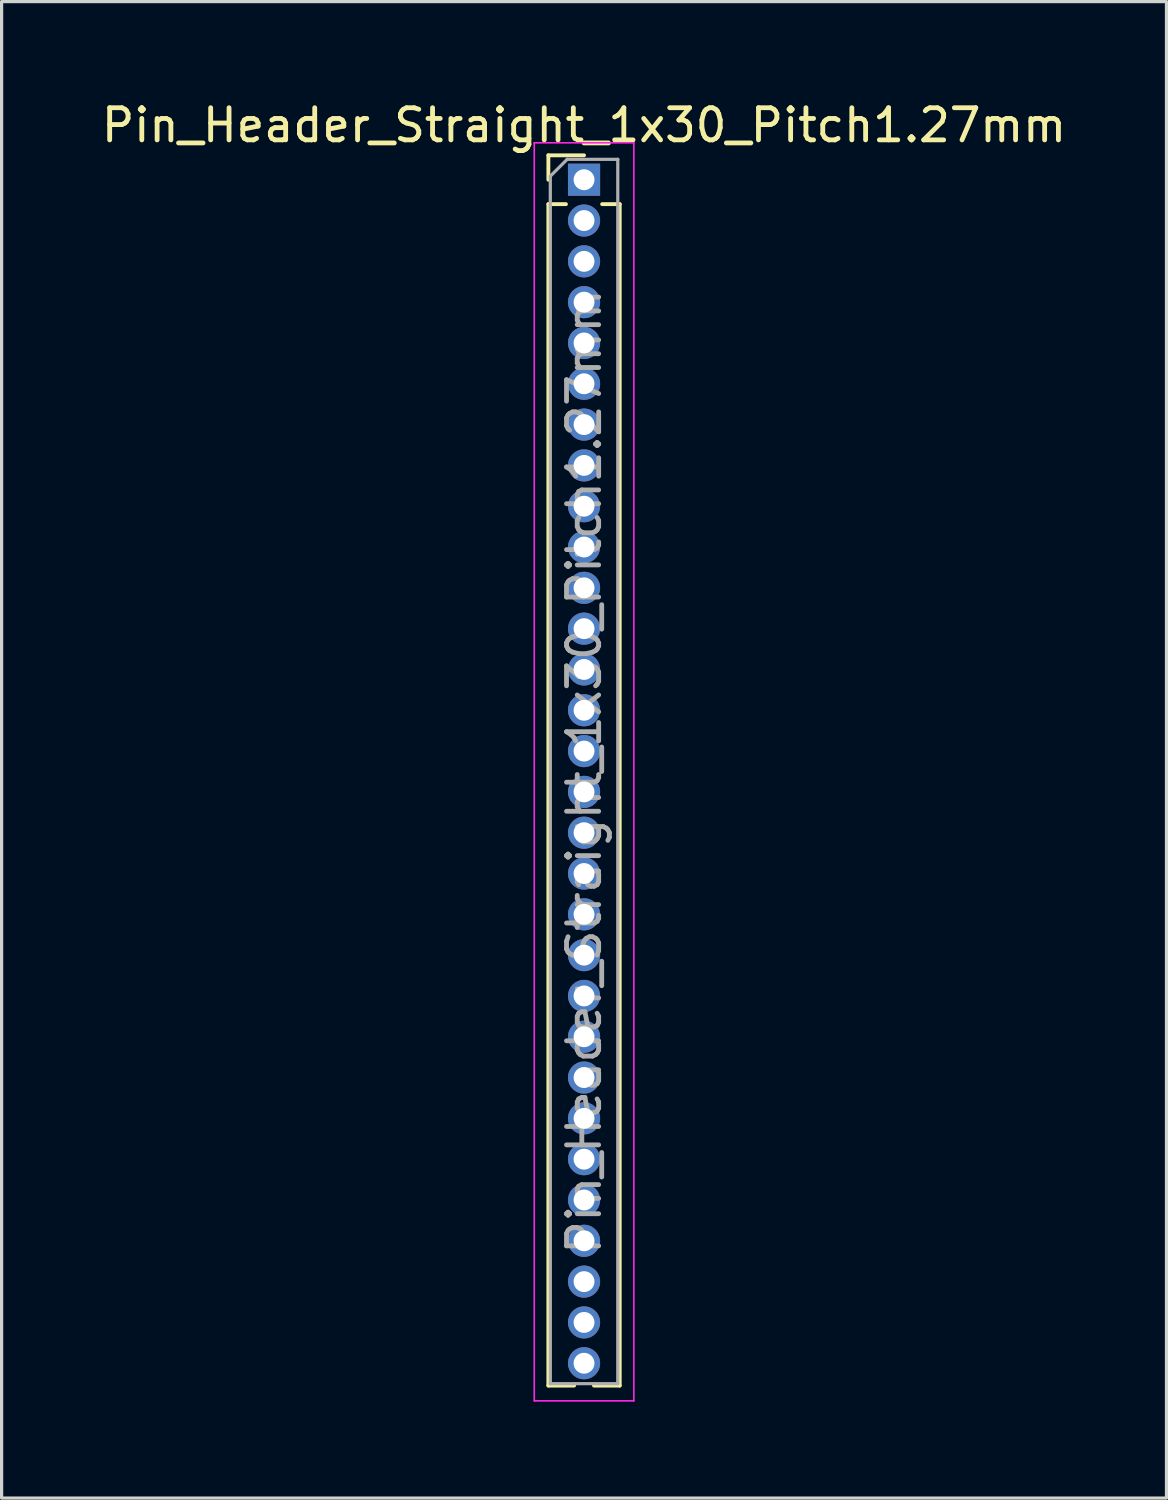
<source format=kicad_pcb>
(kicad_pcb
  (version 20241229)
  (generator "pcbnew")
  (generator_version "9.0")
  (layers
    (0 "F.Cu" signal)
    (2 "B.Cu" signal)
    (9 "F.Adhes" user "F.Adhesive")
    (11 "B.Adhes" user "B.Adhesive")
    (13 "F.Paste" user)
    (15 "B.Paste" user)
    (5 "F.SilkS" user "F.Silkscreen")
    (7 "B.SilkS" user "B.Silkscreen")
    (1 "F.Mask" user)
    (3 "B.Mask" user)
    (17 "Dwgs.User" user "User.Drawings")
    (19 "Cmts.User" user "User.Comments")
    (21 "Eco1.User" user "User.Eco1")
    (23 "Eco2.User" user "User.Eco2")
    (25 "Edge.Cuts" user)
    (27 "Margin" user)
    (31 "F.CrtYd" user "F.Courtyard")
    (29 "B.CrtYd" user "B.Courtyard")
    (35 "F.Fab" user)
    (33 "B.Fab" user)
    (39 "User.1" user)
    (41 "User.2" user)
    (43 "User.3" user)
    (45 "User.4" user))
  (footprint "Pin_Header_Straight_1x30_Pitch1.27mm"
    (layer "F.Cu")
    (at 15.125 2.543)
    (property "Reference" "Pin_Header_Straight_1x30_Pitch1.27mm" (at 0 -1.695 0) (layer "F.SilkS") (effects (font (size 1 1) (thickness 0.15))))
    (attr through_hole)
    (fp_line (start -1.11 -0.76) (end 0 -0.76) (stroke (width 0.12) (type solid)) (layer "F.SilkS"))
    (fp_line (start -1.11 0) (end -1.11 -0.76) (stroke (width 0.12) (type solid)) (layer "F.SilkS"))
    (fp_line (start -1.11 0.76) (end -1.11 37.525) (stroke (width 0.12) (type solid)) (layer "F.SilkS"))
    (fp_line (start -1.11 0.76) (end -0.563 0.76) (stroke (width 0.12) (type solid)) (layer "F.SilkS"))
    (fp_line (start -1.11 37.525) (end -0.308 37.525) (stroke (width 0.12) (type solid)) (layer "F.SilkS"))
    (fp_line (start 0.308 37.525) (end 1.11 37.525) (stroke (width 0.12) (type solid)) (layer "F.SilkS"))
    (fp_line (start 0.563 0.76) (end 1.11 0.76) (stroke (width 0.12) (type solid)) (layer "F.SilkS"))
    (fp_line (start 1.11 0.76) (end 1.11 37.525) (stroke (width 0.12) (type solid)) (layer "F.SilkS"))
    (fp_line (start -1.55 -1.15) (end -1.55 38) (stroke (width 0.05) (type solid)) (layer "F.CrtYd"))
    (fp_line (start -1.55 38) (end 1.55 38) (stroke (width 0.05) (type solid)) (layer "F.CrtYd"))
    (fp_line (start 1.55 -1.15) (end -1.55 -1.15) (stroke (width 0.05) (type solid)) (layer "F.CrtYd"))
    (fp_line (start 1.55 38) (end 1.55 -1.15) (stroke (width 0.05) (type solid)) (layer "F.CrtYd"))
    (fp_line (start -1.05 -0.11) (end -0.525 -0.635) (stroke (width 0.1) (type solid)) (layer "F.Fab"))
    (fp_line (start -1.05 37.465) (end -1.05 -0.11) (stroke (width 0.1) (type solid)) (layer "F.Fab"))
    (fp_line (start -0.525 -0.635) (end 1.05 -0.635) (stroke (width 0.1) (type solid)) (layer "F.Fab"))
    (fp_line (start 1.05 -0.635) (end 1.05 37.465) (stroke (width 0.1) (type solid)) (layer "F.Fab"))
    (fp_line (start 1.05 37.465) (end -1.05 37.465) (stroke (width 0.1) (type solid)) (layer "F.Fab"))
    (fp_text user "${REFERENCE}" (at 0 18.415 90) (layer "F.Fab") (effects (font (size 1 1) (thickness 0.15))))
    (pad "1" thru_hole rect (at 0 0) (size 1 1) (drill 0.65) (layers "*.Cu" "*.Mask"))
    (pad "2" thru_hole oval (at 0 1.27) (size 1 1) (drill 0.65) (layers "*.Cu" "*.Mask"))
    (pad "3" thru_hole oval (at 0 2.54) (size 1 1) (drill 0.65) (layers "*.Cu" "*.Mask"))
    (pad "4" thru_hole oval (at 0 3.81) (size 1 1) (drill 0.65) (layers "*.Cu" "*.Mask"))
    (pad "5" thru_hole oval (at 0 5.08) (size 1 1) (drill 0.65) (layers "*.Cu" "*.Mask"))
    (pad "6" thru_hole oval (at 0 6.35) (size 1 1) (drill 0.65) (layers "*.Cu" "*.Mask"))
    (pad "7" thru_hole oval (at 0 7.62) (size 1 1) (drill 0.65) (layers "*.Cu" "*.Mask"))
    (pad "8" thru_hole oval (at 0 8.89) (size 1 1) (drill 0.65) (layers "*.Cu" "*.Mask"))
    (pad "9" thru_hole oval (at 0 10.16) (size 1 1) (drill 0.65) (layers "*.Cu" "*.Mask"))
    (pad "10" thru_hole oval (at 0 11.43) (size 1 1) (drill 0.65) (layers "*.Cu" "*.Mask"))
    (pad "11" thru_hole oval (at 0 12.7) (size 1 1) (drill 0.65) (layers "*.Cu" "*.Mask"))
    (pad "12" thru_hole oval (at 0 13.97) (size 1 1) (drill 0.65) (layers "*.Cu" "*.Mask"))
    (pad "13" thru_hole oval (at 0 15.24) (size 1 1) (drill 0.65) (layers "*.Cu" "*.Mask"))
    (pad "14" thru_hole oval (at 0 16.51) (size 1 1) (drill 0.65) (layers "*.Cu" "*.Mask"))
    (pad "15" thru_hole oval (at 0 17.78) (size 1 1) (drill 0.65) (layers "*.Cu" "*.Mask"))
    (pad "16" thru_hole oval (at 0 19.05) (size 1 1) (drill 0.65) (layers "*.Cu" "*.Mask"))
    (pad "17" thru_hole oval (at 0 20.32) (size 1 1) (drill 0.65) (layers "*.Cu" "*.Mask"))
    (pad "18" thru_hole oval (at 0 21.59) (size 1 1) (drill 0.65) (layers "*.Cu" "*.Mask"))
    (pad "19" thru_hole oval (at 0 22.86) (size 1 1) (drill 0.65) (layers "*.Cu" "*.Mask"))
    (pad "20" thru_hole oval (at 0 24.13) (size 1 1) (drill 0.65) (layers "*.Cu" "*.Mask"))
    (pad "21" thru_hole oval (at 0 25.4) (size 1 1) (drill 0.65) (layers "*.Cu" "*.Mask"))
    (pad "22" thru_hole oval (at 0 26.67) (size 1 1) (drill 0.65) (layers "*.Cu" "*.Mask"))
    (pad "23" thru_hole oval (at 0 27.94) (size 1 1) (drill 0.65) (layers "*.Cu" "*.Mask"))
    (pad "24" thru_hole oval (at 0 29.21) (size 1 1) (drill 0.65) (layers "*.Cu" "*.Mask"))
    (pad "25" thru_hole oval (at 0 30.48) (size 1 1) (drill 0.65) (layers "*.Cu" "*.Mask"))
    (pad "26" thru_hole oval (at 0 31.75) (size 1 1) (drill 0.65) (layers "*.Cu" "*.Mask"))
    (pad "27" thru_hole oval (at 0 33.02) (size 1 1) (drill 0.65) (layers "*.Cu" "*.Mask"))
    (pad "28" thru_hole oval (at 0 34.29) (size 1 1) (drill 0.65) (layers "*.Cu" "*.Mask"))
    (pad "29" thru_hole oval (at 0 35.56) (size 1 1) (drill 0.65) (layers "*.Cu" "*.Mask"))
    (pad "30" thru_hole oval (at 0 36.83) (size 1 1) (drill 0.65) (layers "*.Cu" "*.Mask")))
  (gr_rect
    (start -3 -3)
    (end 33.25 43.568)
    (stroke (width 0.1) (type default))
    (fill no)
    (layer "Edge.Cuts")))
</source>
